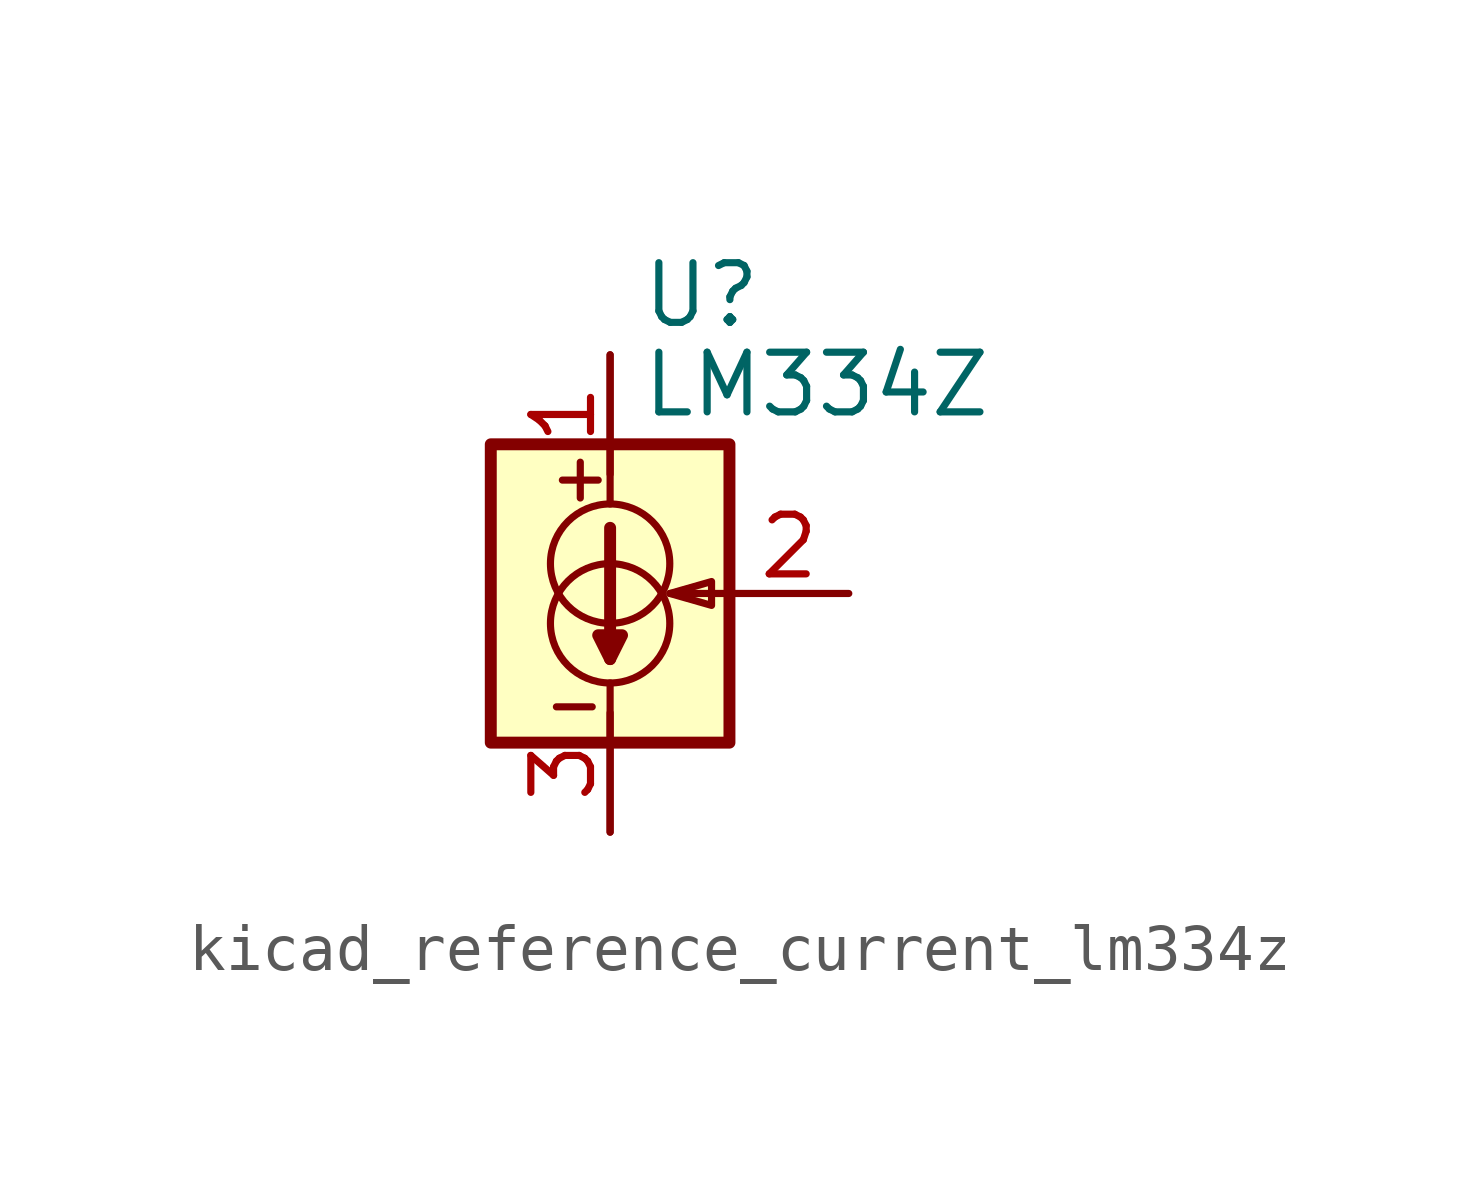
<source format=kicad_sym>
(kicad_symbol_lib
  (version 20220914)
  (generator kicad_symbol_editor)
  (symbol "kicad_reference_current_lm334z"
    (property "Reference" "U"
      (at 0.635 6.35 0)
      (effects (font (size 1.27 1.27)) (justify left)))
    (property "Value" "LM334Z"
      (at 0.635 4.445 0)
      (effects (font (size 1.27 1.27)) (justify left)))
    (symbol "kicad_reference_current_lm334z_0_1"
      (rectangle (start -2.54 3.175) (end 2.54 -3.175) (stroke (width 0.254) (type default)) (fill (type background)))
      (circle (center 0 -0.635) (radius 1.27) (stroke (width 0) (type default)) (fill (type none)))
      (polyline (pts (xy -1.143 -2.413) (xy -0.381 -2.413)) (stroke (width 0) (type default)) (fill (type none)))
      (polyline (pts (xy -1.016 2.413) (xy -0.254 2.413)) (stroke (width 0) (type default)) (fill (type none)))
      (polyline (pts (xy -0.635 2.794) (xy -0.635 2.032)) (stroke (width 0) (type default)) (fill (type none)))
      (polyline (pts (xy 0 -1.905) (xy 0 -5.08)) (stroke (width 0) (type default)) (fill (type none)))
      (polyline (pts (xy 0 1.397) (xy 0 -1.397)) (stroke (width 0.254) (type default)) (fill (type none)))
      (polyline (pts (xy 0 5.08) (xy 0 1.905)) (stroke (width 0) (type default)) (fill (type none)))
      (polyline (pts (xy 2.54 0) (xy 1.27 0)) (stroke (width 0) (type default)) (fill (type none)))
      (polyline (pts (xy 0 -1.397) (xy -0.254 -0.889) (xy 0.254 -0.889) (xy 0 -1.397)) (stroke (width 0.254) (type default)) (fill (type none)))
      (polyline (pts (xy 1.27 0) (xy 2.159 0.254) (xy 2.159 -0.254) (xy 1.27 0)) (stroke (width 0) (type default)) (fill (type none)))
      (circle (center 0 0.635) (radius 1.27) (stroke (width 0) (type default)) (fill (type none))))
    (symbol "kicad_reference_current_lm334z_1_1"
      (pin passive line (at 0 5.08 270) (length 2.54) (name "~" (effects (font (size 1.27 1.27)))) (number "1" (effects (font (size 1.27 1.27)))))
      (pin passive line (at 5.08 0 180) (length 2.54) (name "~" (effects (font (size 1.27 1.27)))) (number "2" (effects (font (size 1.27 1.27)))))
      (pin passive line (at 0 -5.08 90) (length 2.54) (name "~" (effects (font (size 1.27 1.27)))) (number "3" (effects (font (size 1.27 1.27))))))))
</source>
